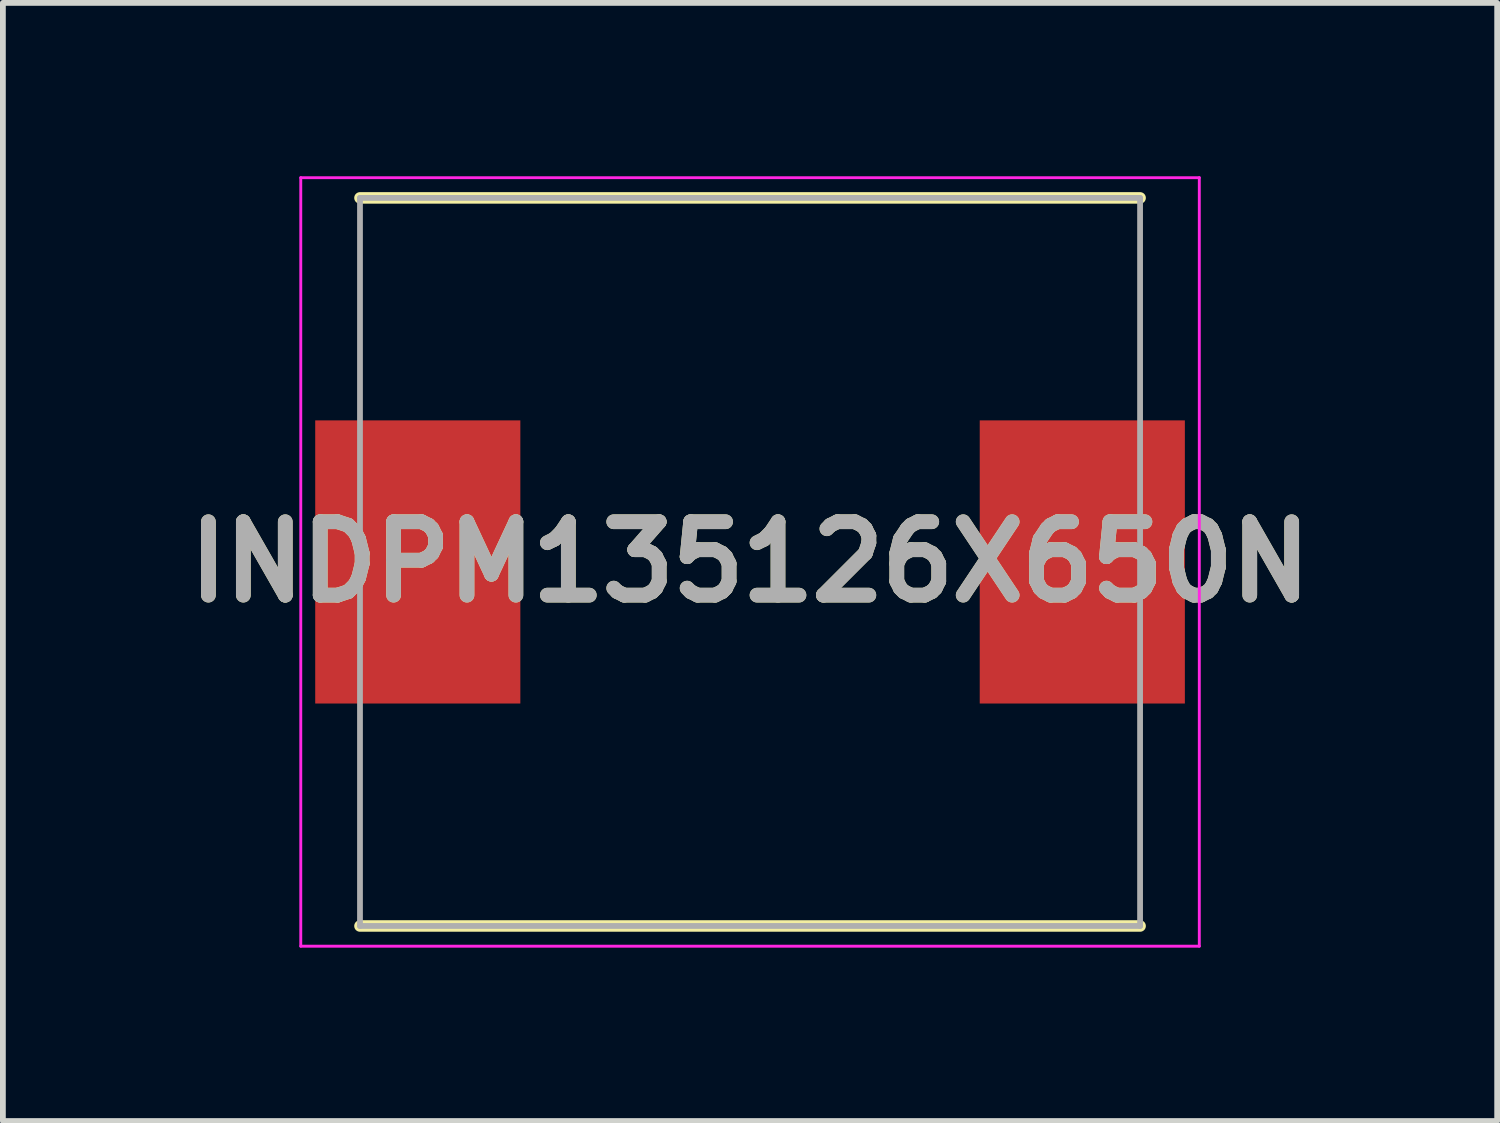
<source format=kicad_pcb>
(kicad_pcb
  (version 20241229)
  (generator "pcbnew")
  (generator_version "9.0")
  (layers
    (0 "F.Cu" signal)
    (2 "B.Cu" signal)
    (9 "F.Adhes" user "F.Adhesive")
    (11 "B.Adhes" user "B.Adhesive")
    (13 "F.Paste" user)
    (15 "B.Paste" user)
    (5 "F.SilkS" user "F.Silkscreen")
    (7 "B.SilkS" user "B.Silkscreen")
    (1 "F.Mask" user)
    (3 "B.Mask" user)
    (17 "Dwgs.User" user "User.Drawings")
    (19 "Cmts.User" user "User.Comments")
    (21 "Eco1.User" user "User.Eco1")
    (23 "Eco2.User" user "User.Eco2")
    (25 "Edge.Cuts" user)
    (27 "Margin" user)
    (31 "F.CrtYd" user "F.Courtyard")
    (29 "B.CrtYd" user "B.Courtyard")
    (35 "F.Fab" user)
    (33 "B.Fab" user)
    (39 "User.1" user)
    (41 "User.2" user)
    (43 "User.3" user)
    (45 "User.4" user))
  (footprint "INDPM135126X650N"
    (layer "F.Cu")
    (at 9.93 6.675)
    (property "Reference" "INDPM135126X650N" (at 0 0 0) (layer "F.SilkS") (effects (font (size 1.27 1.27) (thickness 0.254))))
    (attr smd)
    (fp_line (start -6.75 6.3) (end 6.75 6.3) (stroke (width 0.2) (type solid)) (layer "F.SilkS"))
    (fp_line (start 6.75 -6.3) (end -6.75 -6.3) (stroke (width 0.2) (type solid)) (layer "F.SilkS"))
    (fp_line (start -7.775 -6.65) (end 7.775 -6.65) (stroke (width 0.05) (type solid)) (layer "F.CrtYd"))
    (fp_line (start -7.775 6.65) (end -7.775 -6.65) (stroke (width 0.05) (type solid)) (layer "F.CrtYd"))
    (fp_line (start 7.775 -6.65) (end 7.775 6.65) (stroke (width 0.05) (type solid)) (layer "F.CrtYd"))
    (fp_line (start 7.775 6.65) (end -7.775 6.65) (stroke (width 0.05) (type solid)) (layer "F.CrtYd"))
    (fp_line (start -6.75 -6.3) (end 6.75 -6.3) (stroke (width 0.1) (type solid)) (layer "F.Fab"))
    (fp_line (start -6.75 6.3) (end -6.75 -6.3) (stroke (width 0.1) (type solid)) (layer "F.Fab"))
    (fp_line (start 6.75 -6.3) (end 6.75 6.3) (stroke (width 0.1) (type solid)) (layer "F.Fab"))
    (fp_line (start 6.75 6.3) (end -6.75 6.3) (stroke (width 0.1) (type solid)) (layer "F.Fab"))
    (fp_text user "${REFERENCE}" (at 0 0 0) (layer "F.Fab") (effects (font (size 1.27 1.27) (thickness 0.254))))
    (pad "1" smd rect (at -5.75 0) (size 3.55 4.9) (layers "F.Cu" "F.Mask" "F.Paste"))
    (pad "2" smd rect (at 5.75 0) (size 3.55 4.9) (layers "F.Cu" "F.Mask" "F.Paste")))
  (gr_rect
    (start -3 -3)
    (end 22.86 16.35)
    (stroke (width 0.1) (type default))
    (fill no)
    (layer "Edge.Cuts")))
</source>
